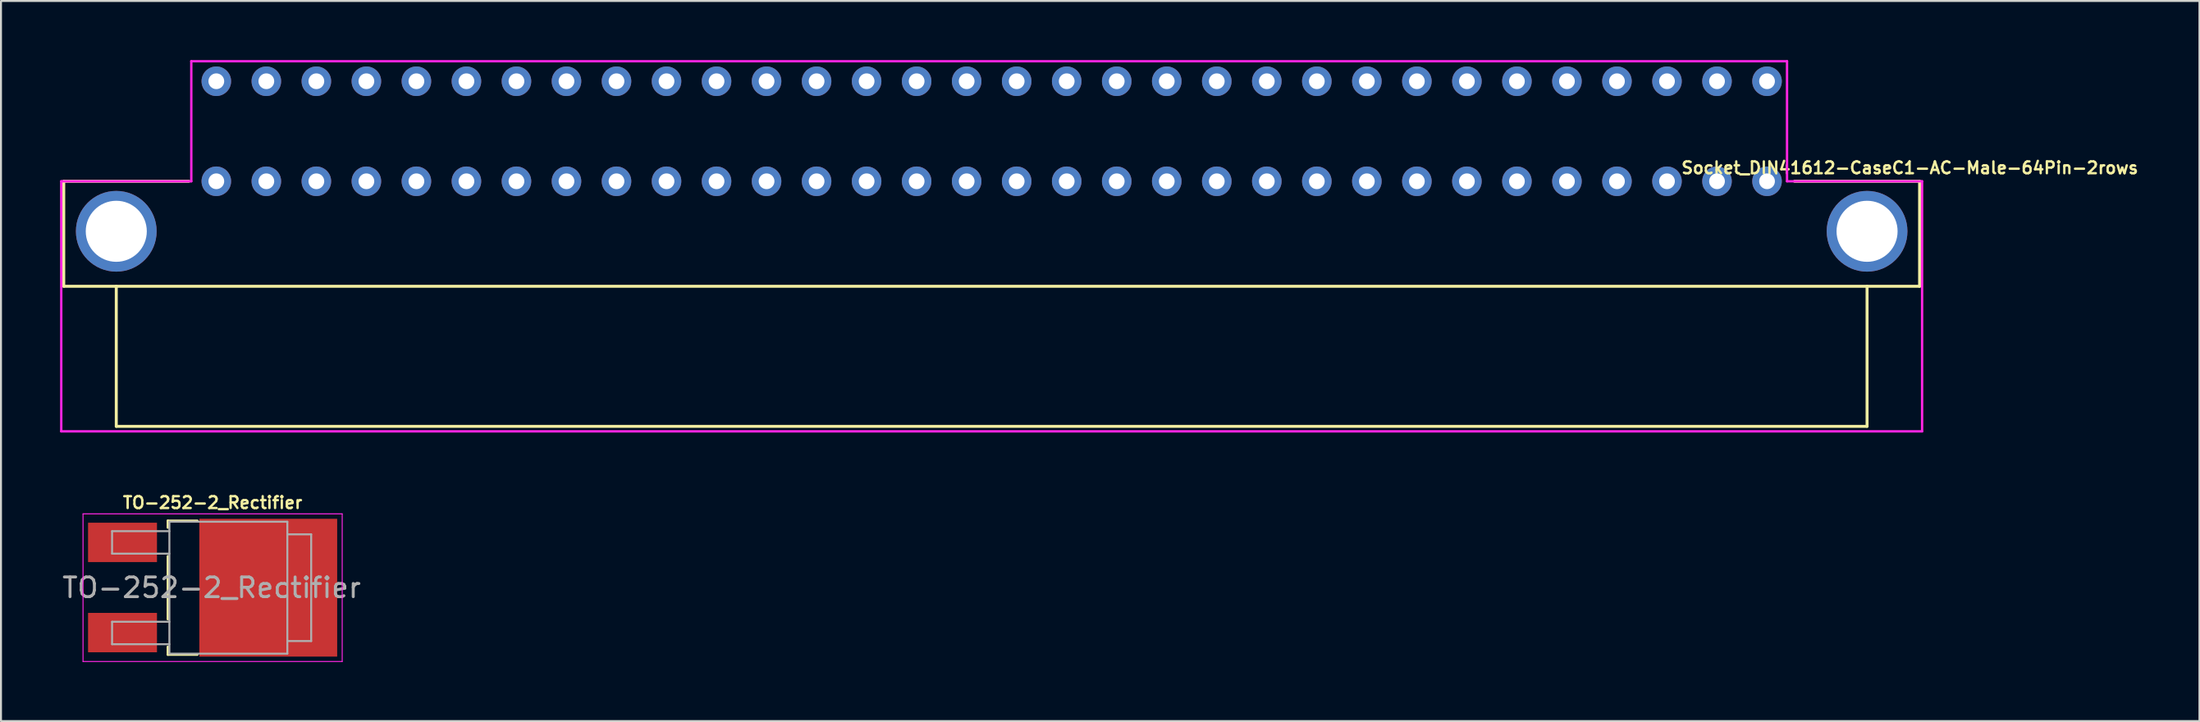
<source format=kicad_pcb>
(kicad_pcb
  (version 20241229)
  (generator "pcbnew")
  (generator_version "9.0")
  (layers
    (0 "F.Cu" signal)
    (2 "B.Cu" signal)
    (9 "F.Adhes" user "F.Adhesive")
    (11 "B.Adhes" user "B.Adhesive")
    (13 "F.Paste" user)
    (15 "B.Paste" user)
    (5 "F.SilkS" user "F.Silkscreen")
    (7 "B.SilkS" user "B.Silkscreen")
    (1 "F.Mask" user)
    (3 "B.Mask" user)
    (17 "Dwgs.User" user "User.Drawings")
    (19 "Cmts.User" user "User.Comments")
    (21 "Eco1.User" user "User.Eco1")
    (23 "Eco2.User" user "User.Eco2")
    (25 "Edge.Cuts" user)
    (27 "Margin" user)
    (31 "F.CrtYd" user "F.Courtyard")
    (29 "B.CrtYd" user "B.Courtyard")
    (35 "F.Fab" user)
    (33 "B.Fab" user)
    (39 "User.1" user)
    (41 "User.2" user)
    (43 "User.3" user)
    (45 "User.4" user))
  (footprint "TO-252-2_Rectifier"
    (layer "F.Cu")
    (at 7.746 26.796)
    (property "Reference" "TO-252-2_Rectifier" (at 0 -4.318 0) (layer "F.SilkS") (effects (font (size 0.6 0.6) (thickness 0.12))))
    (attr smd)
    (fp_line (start -2.275 -3.4) (end -0.775 -3.4) (stroke (width 0.12) (type solid)) (layer "F.SilkS"))
    (fp_line (start -2.275 -3.05) (end -2.275 -3.4) (stroke (width 0.12) (type solid)) (layer "F.SilkS"))
    (fp_line (start -2.275 1.6) (end -2.275 -1.6) (stroke (width 0.12) (type solid)) (layer "F.SilkS"))
    (fp_line (start -2.275 3.4) (end -2.275 3) (stroke (width 0.12) (type solid)) (layer "F.SilkS"))
    (fp_line (start -0.775 3.4) (end -2.275 3.4) (stroke (width 0.12) (type solid)) (layer "F.SilkS"))
    (fp_line (start -6.58 3.75) (end -6.58 -3.75) (stroke (width 0.05) (type solid)) (layer "F.CrtYd"))
    (fp_line (start -6.58 3.75) (end 6.58 3.75) (stroke (width 0.05) (type solid)) (layer "F.CrtYd"))
    (fp_line (start 6.58 -3.75) (end -6.58 -3.75) (stroke (width 0.05) (type solid)) (layer "F.CrtYd"))
    (fp_line (start 6.58 -3.75) (end 6.58 3.75) (stroke (width 0.05) (type solid)) (layer "F.CrtYd"))
    (fp_line (start -5.105 -2.87) (end -5.105 -1.73) (stroke (width 0.1) (type solid)) (layer "F.Fab"))
    (fp_line (start -5.105 -1.73) (end -2.195 -1.73) (stroke (width 0.1) (type solid)) (layer "F.Fab"))
    (fp_line (start -5.105 1.73) (end -5.105 2.87) (stroke (width 0.1) (type solid)) (layer "F.Fab"))
    (fp_line (start -5.105 2.87) (end -2.195 2.87) (stroke (width 0.1) (type solid)) (layer "F.Fab"))
    (fp_line (start -2.195 -2.87) (end -5.105 -2.87) (stroke (width 0.1) (type solid)) (layer "F.Fab"))
    (fp_line (start -2.195 1.73) (end -5.105 1.73) (stroke (width 0.1) (type solid)) (layer "F.Fab"))
    (fp_line (start -2.195 3.35) (end -2.195 -3.35) (stroke (width 0.1) (type solid)) (layer "F.Fab"))
    (fp_line (start -2.195 3.35) (end 3.795 3.35) (stroke (width 0.1) (type solid)) (layer "F.Fab"))
    (fp_line (start 3.795 -3.35) (end -2.195 -3.35) (stroke (width 0.1) (type solid)) (layer "F.Fab"))
    (fp_line (start 3.795 3.35) (end 3.795 -3.35) (stroke (width 0.1) (type solid)) (layer "F.Fab"))
    (fp_line (start 3.805 -2.71) (end 5.005 -2.71) (stroke (width 0.1) (type solid)) (layer "F.Fab"))
    (fp_line (start 5.005 -2.71) (end 5.005 2.71) (stroke (width 0.1) (type solid)) (layer "F.Fab"))
    (fp_line (start 5.005 2.71) (end 3.795 2.71) (stroke (width 0.1) (type solid)) (layer "F.Fab"))
    (fp_text user "${REFERENCE}" (at -0.05 0 0) (layer "F.Fab") (effects (font (size 1 1) (thickness 0.15))))
    (pad "1" smd rect (at -4.575 -2.3 270) (size 2 3.5) (layers "F.Cu" "F.Mask" "F.Paste"))
    (pad "2" smd rect (at 2.825 0 270) (size 7 7) (layers "F.Cu" "F.Mask" "F.Paste"))
    (pad "3" smd rect (at -4.575 2.28 270) (size 2 3.5) (layers "F.Cu" "F.Mask" "F.Paste")))
  (footprint "Socket_DIN41612-CaseC1-AC-Male-64Pin-2rows"
    (layer "F.Cu")
    (at 47.304 3.616)
    (property "Reference" "Socket_DIN41612-CaseC1-AC-Male-64Pin-2rows" (at 46.622 1.859 0) (layer "F.SilkS") (effects (font (size 0.6 0.6) (thickness 0.12))))
    (attr through_hole)
    (fp_line (start -47.117 2.54) (end -40.767 2.54) (stroke (width 0.15) (type solid)) (layer "F.SilkS"))
    (fp_line (start -47.117 7.874) (end -47.117 2.54) (stroke (width 0.15) (type solid)) (layer "F.SilkS"))
    (fp_line (start -44.45 14.986) (end -44.45 7.874) (stroke (width 0.15) (type solid)) (layer "F.SilkS"))
    (fp_line (start 44.45 7.874) (end 44.45 14.986) (stroke (width 0.15) (type solid)) (layer "F.SilkS"))
    (fp_line (start 44.45 14.986) (end -44.45 14.986) (stroke (width 0.15) (type solid)) (layer "F.SilkS"))
    (fp_line (start 47.117 2.54) (end 40.767 2.54) (stroke (width 0.15) (type solid)) (layer "F.SilkS"))
    (fp_line (start 47.117 2.54) (end 47.117 7.874) (stroke (width 0.15) (type solid)) (layer "F.SilkS"))
    (fp_line (start 47.117 7.874) (end -47.117 7.874) (stroke (width 0.15) (type solid)) (layer "F.SilkS"))
    (fp_line (start -47.244 2.54) (end -40.64 2.54) (stroke (width 0.12) (type solid)) (layer "F.CrtYd"))
    (fp_line (start -47.244 15.24) (end -47.244 2.54) (stroke (width 0.12) (type solid)) (layer "F.CrtYd"))
    (fp_line (start -40.64 -3.556) (end 40.386 -3.556) (stroke (width 0.12) (type solid)) (layer "F.CrtYd"))
    (fp_line (start -40.64 2.54) (end -40.64 -3.556) (stroke (width 0.12) (type solid)) (layer "F.CrtYd"))
    (fp_line (start 40.386 -3.556) (end 40.386 2.54) (stroke (width 0.12) (type solid)) (layer "F.CrtYd"))
    (fp_line (start 40.386 2.54) (end 47.244 2.54) (stroke (width 0.12) (type solid)) (layer "F.CrtYd"))
    (fp_line (start 47.244 2.54) (end 47.244 15.24) (stroke (width 0.12) (type solid)) (layer "F.CrtYd"))
    (fp_line (start 47.244 15.24) (end -47.244 15.24) (stroke (width 0.12) (type solid)) (layer "F.CrtYd"))
    (pad "1" thru_hole circle (at -44.45 5.08) (size 4.1 4.1) (drill 3.1) (layers "*.Cu" "*.Mask"))
    (pad "1" thru_hole circle (at 44.45 5.08) (size 4.1 4.1) (drill 3.1) (layers "*.Cu" "*.Mask"))
    (pad "A1" thru_hole circle (at 39.37 -2.54 180) (size 1.501 1.501) (drill 0.8) (layers "*.Cu" "*.Mask"))
    (pad "A2" thru_hole circle (at 36.83 -2.54 180) (size 1.501 1.501) (drill 0.8) (layers "*.Cu" "*.Mask"))
    (pad "A3" thru_hole circle (at 34.29 -2.54 180) (size 1.501 1.501) (drill 0.8) (layers "*.Cu" "*.Mask"))
    (pad "A4" thru_hole circle (at 31.75 -2.54 180) (size 1.501 1.501) (drill 0.8) (layers "*.Cu" "*.Mask"))
    (pad "A5" thru_hole circle (at 29.21 -2.54 180) (size 1.501 1.501) (drill 0.8) (layers "*.Cu" "*.Mask"))
    (pad "A6" thru_hole circle (at 26.67 -2.54 180) (size 1.501 1.501) (drill 0.8) (layers "*.Cu" "*.Mask"))
    (pad "A7" thru_hole circle (at 24.13 -2.54 180) (size 1.501 1.501) (drill 0.8) (layers "*.Cu" "*.Mask"))
    (pad "A8" thru_hole circle (at 21.59 -2.54 180) (size 1.501 1.501) (drill 0.8) (layers "*.Cu" "*.Mask"))
    (pad "A9" thru_hole circle (at 19.05 -2.54 180) (size 1.501 1.501) (drill 0.8) (layers "*.Cu" "*.Mask"))
    (pad "A10" thru_hole circle (at 16.51 -2.54 180) (size 1.501 1.501) (drill 0.8) (layers "*.Cu" "*.Mask"))
    (pad "A11" thru_hole circle (at 13.97 -2.54 180) (size 1.501 1.501) (drill 0.8) (layers "*.Cu" "*.Mask"))
    (pad "A12" thru_hole circle (at 11.43 -2.54 180) (size 1.501 1.501) (drill 0.8) (layers "*.Cu" "*.Mask"))
    (pad "A13" thru_hole circle (at 8.89 -2.54 180) (size 1.501 1.501) (drill 0.8) (layers "*.Cu" "*.Mask"))
    (pad "A14" thru_hole circle (at 6.35 -2.54 180) (size 1.501 1.501) (drill 0.8) (layers "*.Cu" "*.Mask"))
    (pad "A15" thru_hole circle (at 3.81 -2.54 180) (size 1.501 1.501) (drill 0.8) (layers "*.Cu" "*.Mask"))
    (pad "A16" thru_hole circle (at 1.27 -2.54 180) (size 1.501 1.501) (drill 0.8) (layers "*.Cu" "*.Mask"))
    (pad "A17" thru_hole circle (at -1.27 -2.54 180) (size 1.501 1.501) (drill 0.8) (layers "*.Cu" "*.Mask"))
    (pad "A18" thru_hole circle (at -3.81 -2.54 180) (size 1.501 1.501) (drill 0.8) (layers "*.Cu" "*.Mask"))
    (pad "A19" thru_hole circle (at -6.35 -2.54 180) (size 1.501 1.501) (drill 0.8) (layers "*.Cu" "*.Mask"))
    (pad "A20" thru_hole circle (at -8.89 -2.54 180) (size 1.501 1.501) (drill 0.8) (layers "*.Cu" "*.Mask"))
    (pad "A21" thru_hole circle (at -11.43 -2.54 180) (size 1.501 1.501) (drill 0.8) (layers "*.Cu" "*.Mask"))
    (pad "A22" thru_hole circle (at -13.97 -2.54 180) (size 1.501 1.501) (drill 0.8) (layers "*.Cu" "*.Mask"))
    (pad "A23" thru_hole circle (at -16.51 -2.54 180) (size 1.501 1.501) (drill 0.8) (layers "*.Cu" "*.Mask"))
    (pad "A24" thru_hole circle (at -19.05 -2.54 180) (size 1.501 1.501) (drill 0.8) (layers "*.Cu" "*.Mask"))
    (pad "A25" thru_hole circle (at -21.59 -2.54 180) (size 1.501 1.501) (drill 0.8) (layers "*.Cu" "*.Mask"))
    (pad "A26" thru_hole circle (at -24.13 -2.54 180) (size 1.501 1.501) (drill 0.8) (layers "*.Cu" "*.Mask"))
    (pad "A27" thru_hole circle (at -26.67 -2.54 180) (size 1.501 1.501) (drill 0.8) (layers "*.Cu" "*.Mask"))
    (pad "A28" thru_hole circle (at -29.21 -2.54 180) (size 1.501 1.501) (drill 0.8) (layers "*.Cu" "*.Mask"))
    (pad "A29" thru_hole circle (at -31.75 -2.54 180) (size 1.501 1.501) (drill 0.8) (layers "*.Cu" "*.Mask"))
    (pad "A30" thru_hole circle (at -34.29 -2.54 180) (size 1.501 1.501) (drill 0.8) (layers "*.Cu" "*.Mask"))
    (pad "A31" thru_hole circle (at -36.83 -2.54 180) (size 1.501 1.501) (drill 0.8) (layers "*.Cu" "*.Mask"))
    (pad "A32" thru_hole circle (at -39.37 -2.54 180) (size 1.501 1.501) (drill 0.8) (layers "*.Cu" "*.Mask"))
    (pad "C1" thru_hole circle (at 39.37 2.54 180) (size 1.501 1.501) (drill 0.8) (layers "*.Cu" "*.Mask"))
    (pad "C2" thru_hole circle (at 36.83 2.54 180) (size 1.501 1.501) (drill 0.8) (layers "*.Cu" "*.Mask"))
    (pad "C3" thru_hole circle (at 34.29 2.54 180) (size 1.501 1.501) (drill 0.8) (layers "*.Cu" "*.Mask"))
    (pad "C4" thru_hole circle (at 31.75 2.54 180) (size 1.501 1.501) (drill 0.8) (layers "*.Cu" "*.Mask"))
    (pad "C5" thru_hole circle (at 29.21 2.54 180) (size 1.501 1.501) (drill 0.8) (layers "*.Cu" "*.Mask"))
    (pad "C6" thru_hole circle (at 26.67 2.54 180) (size 1.501 1.501) (drill 0.8) (layers "*.Cu" "*.Mask"))
    (pad "C7" thru_hole circle (at 24.13 2.54 180) (size 1.501 1.501) (drill 0.8) (layers "*.Cu" "*.Mask"))
    (pad "C8" thru_hole circle (at 21.59 2.54 180) (size 1.501 1.501) (drill 0.8) (layers "*.Cu" "*.Mask"))
    (pad "C9" thru_hole circle (at 19.05 2.54 180) (size 1.501 1.501) (drill 0.8) (layers "*.Cu" "*.Mask"))
    (pad "C10" thru_hole circle (at 16.51 2.54 180) (size 1.501 1.501) (drill 0.8) (layers "*.Cu" "*.Mask"))
    (pad "C11" thru_hole circle (at 13.97 2.54 180) (size 1.501 1.501) (drill 0.8) (layers "*.Cu" "*.Mask"))
    (pad "C12" thru_hole circle (at 11.43 2.54 180) (size 1.501 1.501) (drill 0.8) (layers "*.Cu" "*.Mask"))
    (pad "C13" thru_hole circle (at 8.89 2.54 180) (size 1.501 1.501) (drill 0.8) (layers "*.Cu" "*.Mask"))
    (pad "C14" thru_hole circle (at 6.35 2.54 180) (size 1.501 1.501) (drill 0.8) (layers "*.Cu" "*.Mask"))
    (pad "C15" thru_hole circle (at 3.81 2.54 180) (size 1.501 1.501) (drill 0.8) (layers "*.Cu" "*.Mask"))
    (pad "C16" thru_hole circle (at 1.27 2.54 180) (size 1.501 1.501) (drill 0.8) (layers "*.Cu" "*.Mask"))
    (pad "C17" thru_hole circle (at -1.27 2.54 180) (size 1.501 1.501) (drill 0.8) (layers "*.Cu" "*.Mask"))
    (pad "C18" thru_hole circle (at -3.81 2.54 180) (size 1.501 1.501) (drill 0.8) (layers "*.Cu" "*.Mask"))
    (pad "C19" thru_hole circle (at -6.35 2.54 180) (size 1.501 1.501) (drill 0.8) (layers "*.Cu" "*.Mask"))
    (pad "C20" thru_hole circle (at -8.89 2.54 180) (size 1.501 1.501) (drill 0.8) (layers "*.Cu" "*.Mask"))
    (pad "C21" thru_hole circle (at -11.43 2.54 180) (size 1.501 1.501) (drill 0.8) (layers "*.Cu" "*.Mask"))
    (pad "C22" thru_hole circle (at -13.97 2.54 180) (size 1.501 1.501) (drill 0.8) (layers "*.Cu" "*.Mask"))
    (pad "C23" thru_hole circle (at -16.51 2.54 180) (size 1.501 1.501) (drill 0.8) (layers "*.Cu" "*.Mask"))
    (pad "C24" thru_hole circle (at -19.05 2.54 180) (size 1.501 1.501) (drill 0.8) (layers "*.Cu" "*.Mask"))
    (pad "C25" thru_hole circle (at -21.59 2.54 180) (size 1.501 1.501) (drill 0.8) (layers "*.Cu" "*.Mask"))
    (pad "C26" thru_hole circle (at -24.13 2.54 180) (size 1.501 1.501) (drill 0.8) (layers "*.Cu" "*.Mask"))
    (pad "C27" thru_hole circle (at -26.67 2.54 180) (size 1.501 1.501) (drill 0.8) (layers "*.Cu" "*.Mask"))
    (pad "C28" thru_hole circle (at -29.21 2.54 180) (size 1.501 1.501) (drill 0.8) (layers "*.Cu" "*.Mask"))
    (pad "C29" thru_hole circle (at -31.75 2.54 180) (size 1.501 1.501) (drill 0.8) (layers "*.Cu" "*.Mask"))
    (pad "C30" thru_hole circle (at -34.29 2.54 180) (size 1.501 1.501) (drill 0.8) (layers "*.Cu" "*.Mask"))
    (pad "C31" thru_hole circle (at -36.83 2.54 180) (size 1.501 1.501) (drill 0.8) (layers "*.Cu" "*.Mask"))
    (pad "C32" thru_hole circle (at -39.37 2.54 180) (size 1.501 1.501) (drill 0.8) (layers "*.Cu" "*.Mask")))
  (gr_rect
    (start -3 -3)
    (end 108.632 33.571)
    (stroke (width 0.1) (type default))
    (fill no)
    (layer "Edge.Cuts")))
</source>
